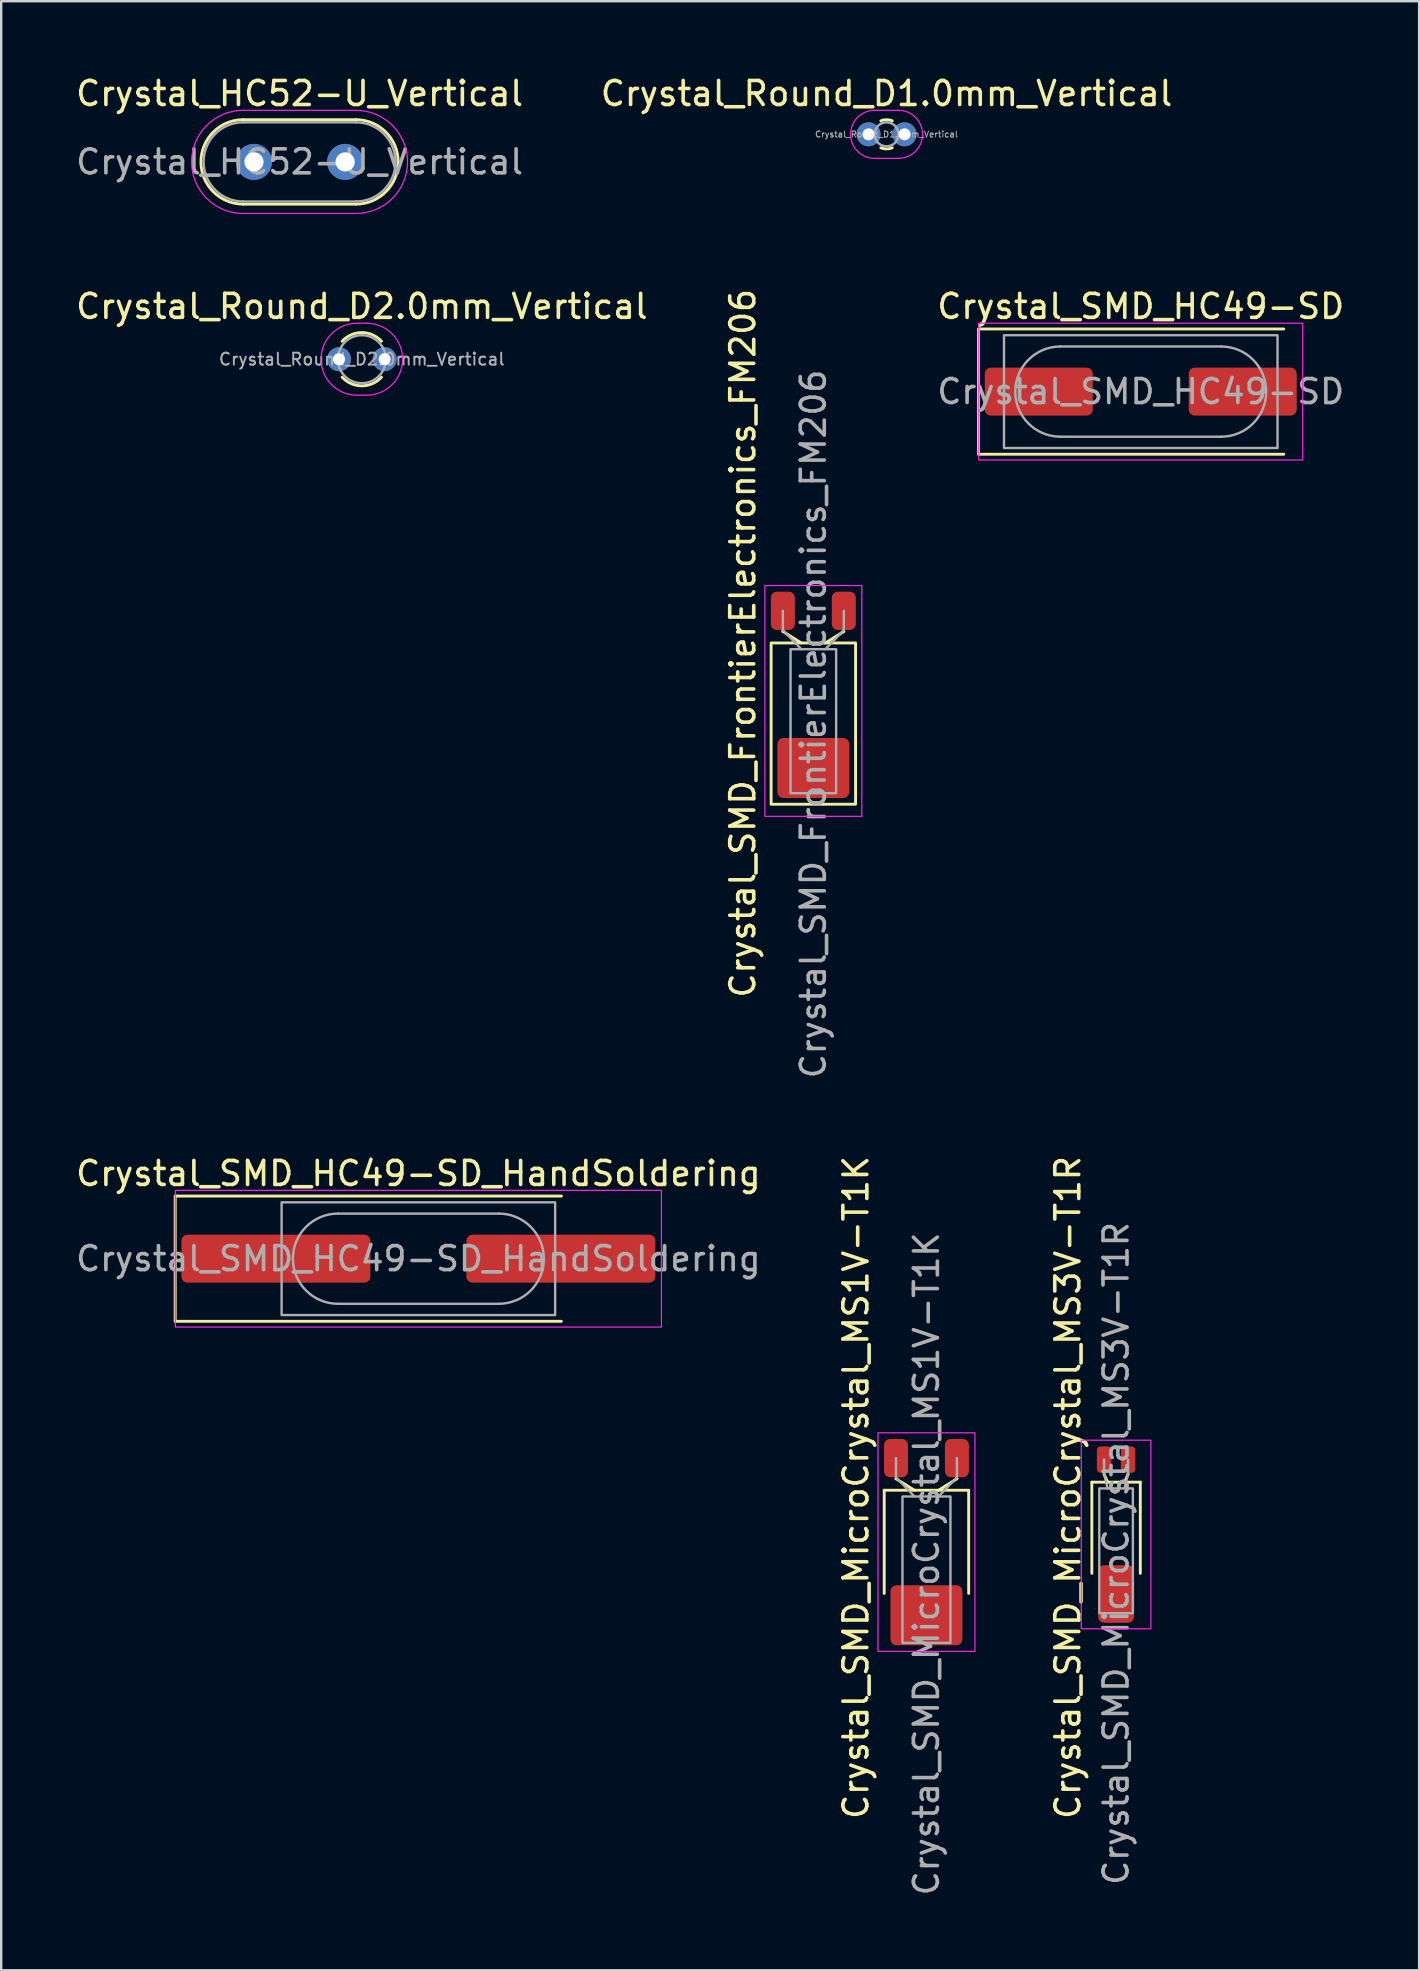
<source format=kicad_pcb>
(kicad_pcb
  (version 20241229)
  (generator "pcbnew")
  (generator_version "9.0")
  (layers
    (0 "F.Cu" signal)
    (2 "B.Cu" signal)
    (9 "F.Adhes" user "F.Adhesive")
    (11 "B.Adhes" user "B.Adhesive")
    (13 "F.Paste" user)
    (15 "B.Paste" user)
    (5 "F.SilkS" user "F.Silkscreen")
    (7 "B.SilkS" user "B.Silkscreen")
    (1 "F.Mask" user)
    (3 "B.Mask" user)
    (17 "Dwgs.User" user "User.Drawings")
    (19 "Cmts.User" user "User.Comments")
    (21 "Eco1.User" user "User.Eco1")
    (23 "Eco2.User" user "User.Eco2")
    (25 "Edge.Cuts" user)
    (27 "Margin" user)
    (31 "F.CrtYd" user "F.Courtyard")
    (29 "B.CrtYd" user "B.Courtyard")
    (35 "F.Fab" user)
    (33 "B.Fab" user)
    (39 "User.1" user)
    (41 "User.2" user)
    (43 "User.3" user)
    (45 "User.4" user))
  (footprint "Crystal_SMD_MicroCrystal_MS1V-T1K"
    (layer "F.Cu")
    (at 35.562 60.995)
    (property "Reference" "Crystal_SMD_MicroCrystal_MS1V-T1K" (at -2.94 -2.05 90) (layer "F.SilkS") (effects (font (size 1 1) (thickness 0.15))))
    (attr smd)
    (fp_line (start -1.76 -1.935) (end 1.76 -1.935) (stroke (width 0.12) (type solid)) (layer "F.SilkS"))
    (fp_line (start -1.76 2.365) (end -1.76 -1.935) (stroke (width 0.12) (type solid)) (layer "F.SilkS"))
    (fp_line (start -1.27 -2.415) (end -1.27 -2.415) (stroke (width 0.12) (type solid)) (layer "F.SilkS"))
    (fp_line (start -0.5 -1.935) (end -1.27 -2.415) (stroke (width 0.12) (type solid)) (layer "F.SilkS"))
    (fp_line (start 0.5 -1.935) (end 1.27 -2.415) (stroke (width 0.12) (type solid)) (layer "F.SilkS"))
    (fp_line (start 1.27 -2.415) (end 1.27 -2.415) (stroke (width 0.12) (type solid)) (layer "F.SilkS"))
    (fp_line (start 1.76 -1.935) (end 1.76 2.365) (stroke (width 0.12) (type solid)) (layer "F.SilkS"))
    (fp_rect (start -2.02 -4.33) (end 2.02 4.78) (stroke (width 0.05) (type solid)) (fill no) (layer "F.CrtYd"))
    (fp_line (start -1.27 -2.475) (end -1.27 -3.275) (stroke (width 0.1) (type solid)) (layer "F.Fab"))
    (fp_line (start -0.5 -1.675) (end -1.27 -2.475) (stroke (width 0.1) (type solid)) (layer "F.Fab"))
    (fp_line (start 0.5 -1.675) (end 1.27 -2.475) (stroke (width 0.1) (type solid)) (layer "F.Fab"))
    (fp_line (start 1.27 -2.475) (end 1.27 -3.275) (stroke (width 0.1) (type solid)) (layer "F.Fab"))
    (fp_rect (start -1 -1.675) (end 1 4.425) (stroke (width 0.1) (type solid)) (fill no) (layer "F.Fab"))
    (fp_text user "${REFERENCE}" (at 0 1.135 90) (layer "F.Fab") (effects (font (size 1 1) (thickness 0.15))))
    (pad "1" smd roundrect (at -1.27 -3.275) (size 1 1.6) (layers "F.Cu" "F.Mask" "F.Paste") (roundrect_rratio 0.25))
    (pad "2" smd roundrect (at 1.27 -3.275) (size 1 1.6) (layers "F.Cu" "F.Mask" "F.Paste") (roundrect_rratio 0.25))
    (pad "3" smd roundrect (at 0 3.275) (size 3 2.5) (layers "F.Cu" "F.Mask" "F.Paste") (roundrect_rratio 0.1)))
  (footprint "Crystal_SMD_MicroCrystal_MS3V-T1R"
    (layer "F.Cu")
    (at 43.465 60.583)
    (property "Reference" "Crystal_SMD_MicroCrystal_MS3V-T1R" (at -2.01 -1.637 90) (layer "F.SilkS") (effects (font (size 1 1) (thickness 0.15))))
    (attr smd)
    (fp_line (start -1.01 -1.86) (end 1.01 -1.86) (stroke (width 0.12) (type solid)) (layer "F.SilkS"))
    (fp_line (start -1.01 1.94) (end -1.01 -1.86) (stroke (width 0.12) (type solid)) (layer "F.SilkS"))
    (fp_line (start -0.5 -2.19) (end -0.5 -2.19) (stroke (width 0.12) (type solid)) (layer "F.SilkS"))
    (fp_line (start -0.35 -1.86) (end -0.5 -2.19) (stroke (width 0.12) (type solid)) (layer "F.SilkS"))
    (fp_line (start 0.35 -1.86) (end 0.5 -2.19) (stroke (width 0.12) (type solid)) (layer "F.SilkS"))
    (fp_line (start 0.5 -2.19) (end 0.5 -2.19) (stroke (width 0.12) (type solid)) (layer "F.SilkS"))
    (fp_line (start 1.01 -1.86) (end 1.01 1.94) (stroke (width 0.12) (type solid)) (layer "F.SilkS"))
    (fp_rect (start -1.45 -3.61) (end 1.45 4.25) (stroke (width 0.05) (type solid)) (fill no) (layer "F.CrtYd"))
    (fp_line (start -0.5 -2.2) (end -0.5 -2.8) (stroke (width 0.1) (type solid)) (layer "F.Fab"))
    (fp_line (start -0.35 -1.6) (end -0.5 -2.2) (stroke (width 0.1) (type solid)) (layer "F.Fab"))
    (fp_line (start 0.35 -1.6) (end 0.5 -2.2) (stroke (width 0.1) (type solid)) (layer "F.Fab"))
    (fp_line (start 0.5 -2.2) (end 0.5 -2.8) (stroke (width 0.1) (type solid)) (layer "F.Fab"))
    (fp_rect (start -0.7 -1.6) (end 0.7 3.6) (stroke (width 0.1) (type solid)) (fill no) (layer "F.Fab"))
    (fp_text user "${REFERENCE}" (at 0 1.11 90) (layer "F.Fab") (effects (font (size 1 1) (thickness 0.15))))
    (pad "1" smd roundrect (at -0.5 -2.8) (size 0.6 1.1) (layers "F.Cu" "F.Mask" "F.Paste") (roundrect_rratio 0.25))
    (pad "2" smd roundrect (at 0.5 -2.8) (size 0.6 1.1) (layers "F.Cu" "F.Mask" "F.Paste") (roundrect_rratio 0.25))
    (pad "3" smd roundrect (at 0 2.8) (size 1.5 2.4) (layers "F.Cu" "F.Mask" "F.Paste") (roundrect_rratio 0.167)))
  (footprint "Crystal_SMD_FrontierElectronics_FM206"
    (layer "F.Cu")
    (at 30.848 25.683)
    (property "Reference" "Crystal_SMD_FrontierElectronics_FM206" (at -2.94 -1.923 90) (layer "F.SilkS") (effects (font (size 1 1) (thickness 0.15))))
    (attr smd)
    (fp_line (start -1.27 -2.415) (end -1.27 -2.415) (stroke (width 0.12) (type solid)) (layer "F.SilkS"))
    (fp_line (start -0.5 -1.935) (end -1.27 -2.415) (stroke (width 0.12) (type solid)) (layer "F.SilkS"))
    (fp_line (start 0.5 -1.935) (end 1.27 -2.415) (stroke (width 0.12) (type solid)) (layer "F.SilkS"))
    (fp_line (start 1.27 -2.415) (end 1.27 -2.415) (stroke (width 0.12) (type solid)) (layer "F.SilkS"))
    (fp_rect (start -1.76 -1.935) (end 1.76 4.785) (stroke (width 0.12) (type solid)) (fill no) (layer "F.SilkS"))
    (fp_rect (start -2.02 -4.33) (end 2.02 5.29) (stroke (width 0.05) (type solid)) (fill no) (layer "F.CrtYd"))
    (fp_line (start -1.27 -2.475) (end -1.27 -3.275) (stroke (width 0.1) (type solid)) (layer "F.Fab"))
    (fp_line (start -0.5 -1.675) (end -1.27 -2.475) (stroke (width 0.1) (type solid)) (layer "F.Fab"))
    (fp_line (start 0.5 -1.675) (end 1.27 -2.475) (stroke (width 0.1) (type solid)) (layer "F.Fab"))
    (fp_line (start 1.27 -2.475) (end 1.27 -3.275) (stroke (width 0.1) (type solid)) (layer "F.Fab"))
    (fp_rect (start -0.95 -1.675) (end 0.95 4.325) (stroke (width 0.1) (type solid)) (fill no) (layer "F.Fab"))
    (fp_text user "${REFERENCE}" (at 0 1.441 90) (layer "F.Fab") (effects (font (size 1 1) (thickness 0.15))))
    (pad "1" smd roundrect (at -1.27 -3.275) (size 1 1.6) (layers "F.Cu" "F.Mask" "F.Paste") (roundrect_rratio 0.25))
    (pad "2" smd roundrect (at 1.27 -3.275) (size 1 1.6) (layers "F.Cu" "F.Mask" "F.Paste") (roundrect_rratio 0.25))
    (pad "3" smd roundrect (at 0 3.275) (size 3 2.5) (layers "F.Cu" "F.Mask" "F.Paste") (roundrect_rratio 0.1)))
  (footprint "Crystal_Round_D1.0mm_Vertical"
    (layer "F.Cu")
    (at 33.149 2.548)
    (property "Reference" "Crystal_Round_D1.0mm_Vertical" (at 0.75 -1.7 0) (layer "F.SilkS") (effects (font (size 1 1) (thickness 0.15))))
    (attr through_hole)
    (fp_arc (start 0.512 -0.562) (mid 0.75 -0.61) (end 0.988 -0.562) (stroke (width 0.12) (type solid)) (layer "F.SilkS"))
    (fp_arc (start 0.988 0.562) (mid 0.75 0.61) (end 0.512 0.562) (stroke (width 0.12) (type solid)) (layer "F.SilkS"))
    (fp_line (start 0.25 -1) (end 1.25 -1) (stroke (width 0.05) (type solid)) (layer "F.CrtYd"))
    (fp_line (start 0.25 1) (end 1.25 1) (stroke (width 0.05) (type solid)) (layer "F.CrtYd"))
    (fp_arc (start 0.25 1) (mid -0.75 0) (end 0.25 -1) (stroke (width 0.05) (type solid)) (layer "F.CrtYd"))
    (fp_arc (start 1.25 -1) (mid 2.25 0) (end 1.25 1) (stroke (width 0.05) (type solid)) (layer "F.CrtYd"))
    (fp_circle (center 0.75 0) (end 1.25 0) (stroke (width 0.1) (type solid)) (fill no) (layer "F.Fab"))
    (fp_text user "${REFERENCE}" (at 0.75 0 0) (layer "F.Fab") (effects (font (size 0.25 0.25) (thickness 0.04))))
    (pad "1" thru_hole circle (at 0 0) (size 1 1) (drill 0.5) (layers "*.Cu" "*.Mask"))
    (pad "2" thru_hole circle (at 1.5 0) (size 1 1) (drill 0.5) (layers "*.Cu" "*.Mask")))
  (footprint "Crystal_SMD_HC49-SD_HandSoldering"
    (layer "F.Cu")
    (at 14.387 49.409)
    (property "Reference" "Crystal_SMD_HC49-SD_HandSoldering" (at 0 -3.55 0) (layer "F.SilkS") (effects (font (size 1 1) (thickness 0.15))))
    (attr smd)
    (fp_line (start -10.135 -2.61) (end -10.135 2.61) (stroke (width 0.12) (type solid)) (layer "F.SilkS"))
    (fp_line (start -10.135 2.61) (end 5.96 2.61) (stroke (width 0.12) (type solid)) (layer "F.SilkS"))
    (fp_line (start 5.96 -2.61) (end -10.135 -2.61) (stroke (width 0.12) (type solid)) (layer "F.SilkS"))
    (fp_rect (start -10.13 -2.85) (end 10.13 2.85) (stroke (width 0.05) (type solid)) (fill no) (layer "F.CrtYd"))
    (fp_line (start -3.35 -1.88) (end 3.35 -1.88) (stroke (width 0.1) (type solid)) (layer "F.Fab"))
    (fp_line (start -3.35 1.88) (end 3.35 1.88) (stroke (width 0.1) (type solid)) (layer "F.Fab"))
    (fp_rect (start -5.7 -2.35) (end 5.7 2.35) (stroke (width 0.1) (type solid)) (fill no) (layer "F.Fab"))
    (fp_arc (start -3.35 1.88) (mid -5.23 0) (end -3.35 -1.88) (stroke (width 0.1) (type solid)) (layer "F.Fab"))
    (fp_arc (start 3.35 -1.88) (mid 5.23 0) (end 3.35 1.88) (stroke (width 0.1) (type solid)) (layer "F.Fab"))
    (fp_text user "${REFERENCE}" (at 0 0 0) (layer "F.Fab") (effects (font (size 1 1) (thickness 0.15))))
    (pad "1" smd roundrect (at -5.938 0) (size 7.875 2) (layers "F.Cu" "F.Mask" "F.Paste") (roundrect_rratio 0.125))
    (pad "2" smd roundrect (at 5.938 0) (size 7.875 2) (layers "F.Cu" "F.Mask" "F.Paste") (roundrect_rratio 0.125)))
  (footprint "Crystal_Round_D2.0mm_Vertical"
    (layer "F.Cu")
    (at 11.08 11.921)
    (property "Reference" "Crystal_Round_D2.0mm_Vertical" (at 0.95 -2.2 0) (layer "F.SilkS") (effects (font (size 1 1) (thickness 0.15))))
    (attr through_hole)
    (fp_arc (start 0.131 -0.749) (mid 0.95 -1.11) (end 1.769 -0.749) (stroke (width 0.12) (type solid)) (layer "F.SilkS"))
    (fp_arc (start 1.769 0.749) (mid 0.95 1.11) (end 0.131 0.749) (stroke (width 0.12) (type solid)) (layer "F.SilkS"))
    (fp_line (start 0.75 -1.5) (end 1.15 -1.5) (stroke (width 0.05) (type solid)) (layer "F.CrtYd"))
    (fp_line (start 0.75 1.5) (end 1.15 1.5) (stroke (width 0.05) (type solid)) (layer "F.CrtYd"))
    (fp_arc (start 0.75 1.5) (mid -0.75 0) (end 0.75 -1.5) (stroke (width 0.05) (type solid)) (layer "F.CrtYd"))
    (fp_arc (start 1.15 -1.5) (mid 2.65 0) (end 1.15 1.5) (stroke (width 0.05) (type solid)) (layer "F.CrtYd"))
    (fp_circle (center 0.95 0) (end 1.95 0) (stroke (width 0.1) (type solid)) (fill no) (layer "F.Fab"))
    (fp_text user "${REFERENCE}" (at 0.95 0 0) (layer "F.Fab") (effects (font (size 0.5 0.5) (thickness 0.08))))
    (pad "1" thru_hole circle (at 0 0) (size 1 1) (drill 0.5) (layers "*.Cu" "*.Mask"))
    (pad "2" thru_hole circle (at 1.9 0) (size 1 1) (drill 0.5) (layers "*.Cu" "*.Mask")))
  (footprint "Crystal_SMD_HC49-SD"
    (layer "F.Cu")
    (at 44.494 13.271)
    (property "Reference" "Crystal_SMD_HC49-SD" (at 0 -3.55 0) (layer "F.SilkS") (effects (font (size 1 1) (thickness 0.15))))
    (attr smd)
    (fp_line (start -6.76 -2.61) (end -6.76 2.61) (stroke (width 0.12) (type solid)) (layer "F.SilkS"))
    (fp_line (start -6.76 2.61) (end 5.96 2.61) (stroke (width 0.12) (type solid)) (layer "F.SilkS"))
    (fp_line (start 5.96 -2.61) (end -6.76 -2.61) (stroke (width 0.12) (type solid)) (layer "F.SilkS"))
    (fp_rect (start -6.75 -2.85) (end 6.75 2.85) (stroke (width 0.05) (type solid)) (fill no) (layer "F.CrtYd"))
    (fp_line (start -3.35 -1.88) (end 3.35 -1.88) (stroke (width 0.1) (type solid)) (layer "F.Fab"))
    (fp_line (start -3.35 1.88) (end 3.35 1.88) (stroke (width 0.1) (type solid)) (layer "F.Fab"))
    (fp_rect (start -5.7 -2.35) (end 5.7 2.35) (stroke (width 0.1) (type solid)) (fill no) (layer "F.Fab"))
    (fp_arc (start -3.35 1.88) (mid -5.23 0) (end -3.35 -1.88) (stroke (width 0.1) (type solid)) (layer "F.Fab"))
    (fp_arc (start 3.35 -1.88) (mid 5.23 0) (end 3.35 1.88) (stroke (width 0.1) (type solid)) (layer "F.Fab"))
    (fp_text user "${REFERENCE}" (at 0 0 0) (layer "F.Fab") (effects (font (size 1 1) (thickness 0.15))))
    (pad "1" smd roundrect (at -4.25 0) (size 4.5 2) (layers "F.Cu" "F.Mask" "F.Paste") (roundrect_rratio 0.125))
    (pad "2" smd roundrect (at 4.25 0) (size 4.5 2) (layers "F.Cu" "F.Mask" "F.Paste") (roundrect_rratio 0.125)))
  (footprint "Crystal_HC52-U_Vertical"
    (layer "F.Cu")
    (at 7.535 3.698)
    (property "Reference" "Crystal_HC52-U_Vertical" (at 1.9 -2.85 0) (layer "F.SilkS") (effects (font (size 1 1) (thickness 0.15))))
    (attr through_hole)
    (fp_line (start -0.45 -1.76) (end 4.25 -1.76) (stroke (width 0.12) (type solid)) (layer "F.SilkS"))
    (fp_line (start -0.45 1.76) (end 4.25 1.76) (stroke (width 0.12) (type solid)) (layer "F.SilkS"))
    (fp_arc (start -0.45 1.76) (mid -2.21 0) (end -0.45 -1.76) (stroke (width 0.12) (type solid)) (layer "F.SilkS"))
    (fp_arc (start 4.25 -1.76) (mid 6.01 0) (end 4.25 1.76) (stroke (width 0.12) (type solid)) (layer "F.SilkS"))
    (fp_line (start -0.45 -2.15) (end 4.25 -2.15) (stroke (width 0.05) (type solid)) (layer "F.CrtYd"))
    (fp_line (start -0.45 2.15) (end 4.25 2.15) (stroke (width 0.05) (type solid)) (layer "F.CrtYd"))
    (fp_arc (start -0.45 2.15) (mid -2.6 0) (end -0.45 -2.15) (stroke (width 0.05) (type solid)) (layer "F.CrtYd"))
    (fp_arc (start 4.25 -2.15) (mid 6.4 0) (end 4.25 2.15) (stroke (width 0.05) (type solid)) (layer "F.CrtYd"))
    (fp_line (start -0.45 -1.65) (end 4.25 -1.65) (stroke (width 0.1) (type solid)) (layer "F.Fab"))
    (fp_line (start -0.45 1.65) (end 4.25 1.65) (stroke (width 0.1) (type solid)) (layer "F.Fab"))
    (fp_arc (start -0.45 1.65) (mid -2.1 0) (end -0.45 -1.65) (stroke (width 0.1) (type solid)) (layer "F.Fab"))
    (fp_arc (start 4.25 -1.65) (mid 5.9 0) (end 4.25 1.65) (stroke (width 0.1) (type solid)) (layer "F.Fab"))
    (fp_text user "${REFERENCE}" (at 1.9 0 0) (layer "F.Fab") (effects (font (size 1 1) (thickness 0.15))))
    (pad "1" thru_hole circle (at 0 0) (size 1.5 1.5) (drill 0.8) (layers "*.Cu" "*.Mask"))
    (pad "2" thru_hole circle (at 3.8 0) (size 1.5 1.5) (drill 0.8) (layers "*.Cu" "*.Mask")))
  (gr_rect
    (start -3 -3)
    (end 56.095 79.065)
    (stroke (width 0.1) (type default))
    (fill no)
    (layer "Edge.Cuts")))
</source>
